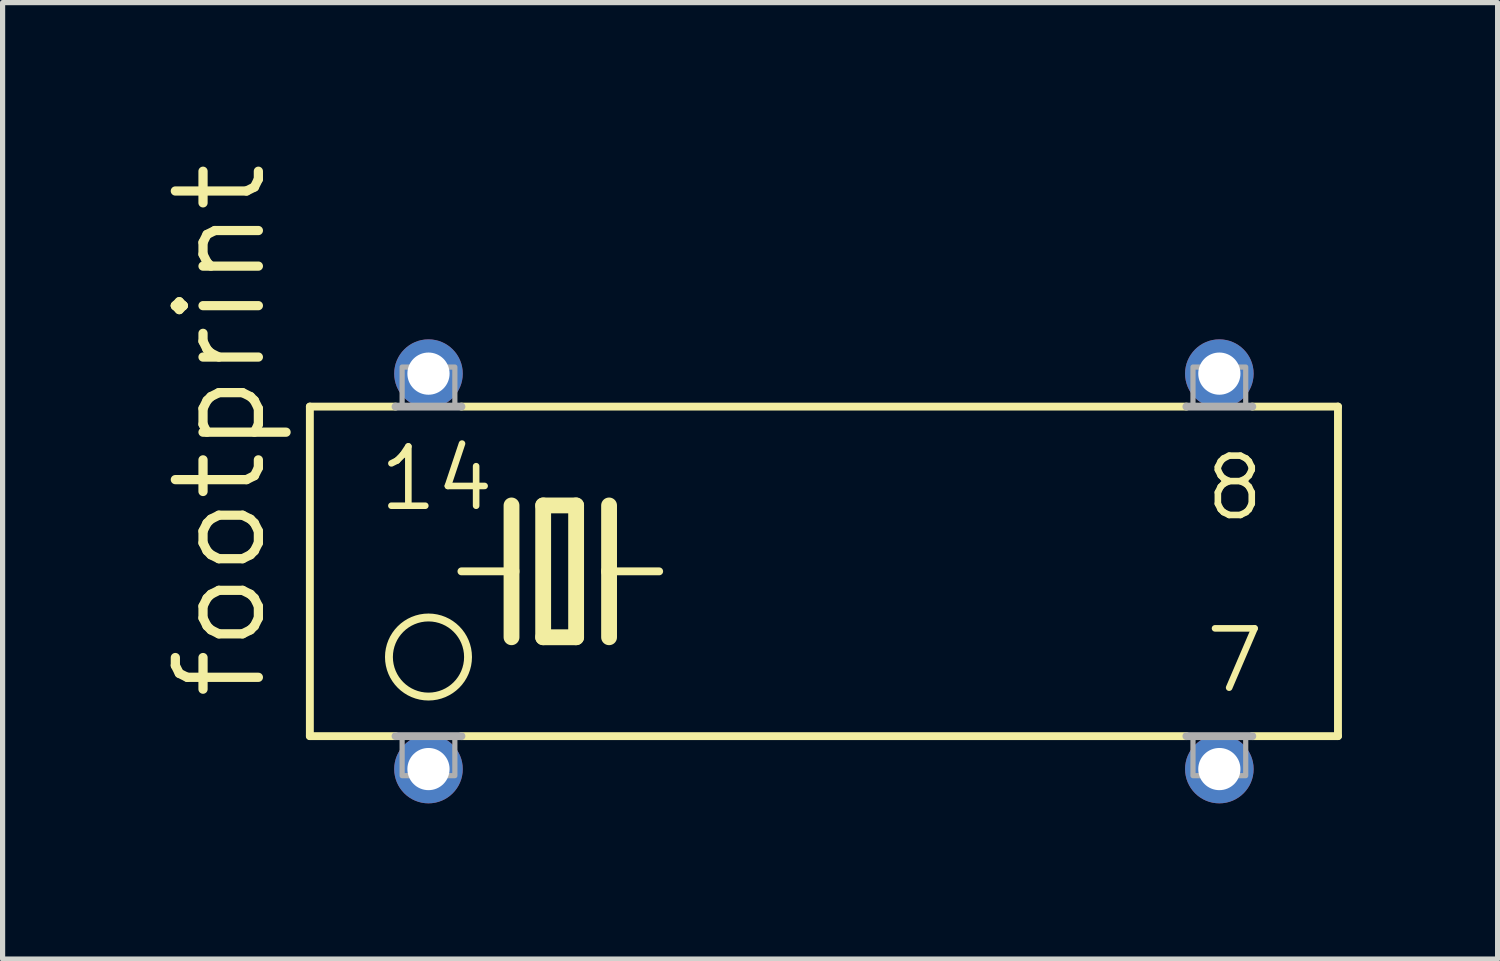
<source format=kicad_pcb>
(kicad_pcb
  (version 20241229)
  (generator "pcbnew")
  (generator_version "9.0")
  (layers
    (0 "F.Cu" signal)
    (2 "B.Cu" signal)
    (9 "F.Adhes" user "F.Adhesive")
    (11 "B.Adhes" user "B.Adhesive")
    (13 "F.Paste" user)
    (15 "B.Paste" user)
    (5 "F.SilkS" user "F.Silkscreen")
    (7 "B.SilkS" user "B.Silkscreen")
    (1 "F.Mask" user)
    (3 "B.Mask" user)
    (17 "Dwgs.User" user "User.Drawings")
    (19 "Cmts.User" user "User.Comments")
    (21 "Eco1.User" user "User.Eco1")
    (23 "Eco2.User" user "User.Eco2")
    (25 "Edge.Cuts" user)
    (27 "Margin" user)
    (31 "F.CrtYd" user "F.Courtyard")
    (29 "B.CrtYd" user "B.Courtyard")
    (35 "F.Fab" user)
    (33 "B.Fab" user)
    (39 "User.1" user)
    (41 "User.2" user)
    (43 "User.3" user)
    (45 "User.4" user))
  (footprint "footprint"
    (layer "F.Cu")
    (at 12.827 7.96)
    (property "Reference" "footprint" (at -10.693 2.54 90) (layer "F.SilkS") (effects (font (size 1.6 1.6) (thickness 0.178)) (justify left bottom)))
    (fp_line (start -9.906 -3.175) (end -9.906 3.175) (stroke (width 0.152) (type solid)) (layer "F.SilkS"))
    (fp_line (start -9.906 -3.175) (end -8.255 -3.175) (stroke (width 0.152) (type solid)) (layer "F.SilkS"))
    (fp_line (start -9.906 3.175) (end -8.255 3.175) (stroke (width 0.152) (type solid)) (layer "F.SilkS"))
    (fp_line (start -6.985 -3.175) (end 6.985 -3.175) (stroke (width 0.152) (type solid)) (layer "F.SilkS"))
    (fp_line (start -6.985 3.175) (end 6.985 3.175) (stroke (width 0.152) (type solid)) (layer "F.SilkS"))
    (fp_line (start -6.02 -1.27) (end -6.02 0) (stroke (width 0.305) (type solid)) (layer "F.SilkS"))
    (fp_line (start -6.02 0) (end -6.985 0) (stroke (width 0.152) (type solid)) (layer "F.SilkS"))
    (fp_line (start -6.02 0) (end -6.02 1.27) (stroke (width 0.305) (type solid)) (layer "F.SilkS"))
    (fp_line (start -5.41 -1.27) (end -5.41 1.27) (stroke (width 0.305) (type solid)) (layer "F.SilkS"))
    (fp_line (start -5.41 1.27) (end -4.775 1.27) (stroke (width 0.305) (type solid)) (layer "F.SilkS"))
    (fp_line (start -4.775 -1.27) (end -5.41 -1.27) (stroke (width 0.305) (type solid)) (layer "F.SilkS"))
    (fp_line (start -4.775 1.27) (end -4.775 -1.27) (stroke (width 0.305) (type solid)) (layer "F.SilkS"))
    (fp_line (start -4.14 -1.27) (end -4.14 0) (stroke (width 0.305) (type solid)) (layer "F.SilkS"))
    (fp_line (start -4.14 0) (end -4.14 1.27) (stroke (width 0.305) (type solid)) (layer "F.SilkS"))
    (fp_line (start -4.14 0) (end -3.175 0) (stroke (width 0.152) (type solid)) (layer "F.SilkS"))
    (fp_line (start 9.906 -3.175) (end 8.255 -3.175) (stroke (width 0.152) (type solid)) (layer "F.SilkS"))
    (fp_line (start 9.906 3.175) (end 8.255 3.175) (stroke (width 0.152) (type solid)) (layer "F.SilkS"))
    (fp_line (start 9.906 3.175) (end 9.906 -3.175) (stroke (width 0.152) (type solid)) (layer "F.SilkS"))
    (fp_circle (center -7.62 1.651) (end -6.858 1.651) (stroke (width 0.152) (type solid)) (fill no) (layer "F.SilkS"))
    (fp_line (start -6.985 -3.175) (end -8.255 -3.175) (stroke (width 0.152) (type solid)) (layer "F.Fab"))
    (fp_line (start -6.985 3.175) (end -8.255 3.175) (stroke (width 0.152) (type solid)) (layer "F.Fab"))
    (fp_line (start 8.255 -3.175) (end 6.985 -3.175) (stroke (width 0.152) (type solid)) (layer "F.Fab"))
    (fp_line (start 8.255 3.175) (end 6.985 3.175) (stroke (width 0.152) (type solid)) (layer "F.Fab"))
    (fp_poly (pts (xy -8.128 -3.175) (xy -7.112 -3.175) (xy -7.112 -3.937) (xy -8.128 -3.937)) (stroke (width 0.1) (type solid)) (fill no) (layer "F.Fab"))
    (fp_poly (pts (xy -8.128 3.937) (xy -7.112 3.937) (xy -7.112 3.175) (xy -8.128 3.175)) (stroke (width 0.1) (type solid)) (fill no) (layer "F.Fab"))
    (fp_poly (pts (xy 7.112 -3.175) (xy 8.128 -3.175) (xy 8.128 -3.937) (xy 7.112 -3.937)) (stroke (width 0.1) (type solid)) (fill no) (layer "F.Fab"))
    (fp_poly (pts (xy 7.112 3.937) (xy 8.128 3.937) (xy 8.128 3.175) (xy 7.112 3.175)) (stroke (width 0.1) (type solid)) (fill no) (layer "F.Fab"))
    (fp_text user "8" (at 7.29 -0.94 0) (layer "F.SilkS") (effects (font (size 1.143 1.143) (thickness 0.127)) (justify left bottom)))
    (fp_text user "14" (at -8.636 -1.118 0) (layer "F.SilkS") (effects (font (size 1.143 1.143) (thickness 0.127)) (justify left bottom)))
    (fp_text user "7" (at 7.29 2.388 0) (layer "F.SilkS") (effects (font (size 1.143 1.143) (thickness 0.127)) (justify left bottom)))
    (pad "1" thru_hole circle (at -7.62 3.81) (size 1.321 1.321) (drill 0.813) (layers "*.Cu" "*.Mask"))
    (pad "7" thru_hole circle (at 7.62 3.81) (size 1.321 1.321) (drill 0.813) (layers "*.Cu" "*.Mask"))
    (pad "8" thru_hole circle (at 7.62 -3.81) (size 1.321 1.321) (drill 0.813) (layers "*.Cu" "*.Mask"))
    (pad "14" thru_hole circle (at -7.62 -3.81) (size 1.321 1.321) (drill 0.813) (layers "*.Cu" "*.Mask")))
  (gr_rect
    (start -3 -3)
    (end 25.809 15.431)
    (stroke (width 0.1) (type default))
    (fill no)
    (layer "Edge.Cuts")))
</source>
